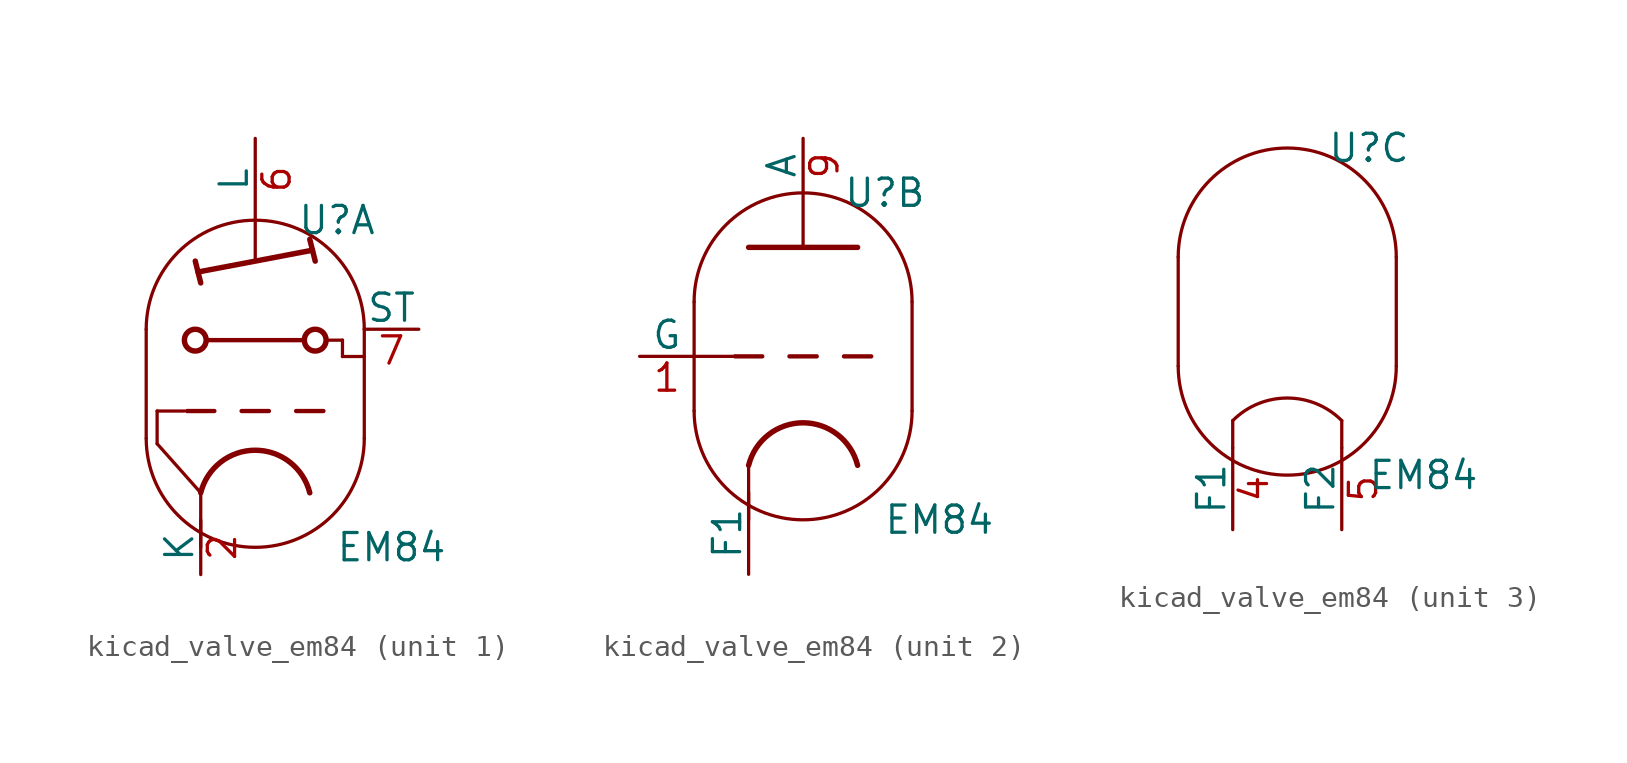
<source format=kicad_sym>
(kicad_symbol_lib
  (version 20220914)
  (generator kicad_symbol_editor)
  (symbol "kicad_valve_em84"
    (pin_names
      (offset 0))
    (property "Reference" "U"
      (at 3.81 7.62 0)
      (effects (font (size 1.27 1.27))))
    (property "Value" "EM84"
      (at 6.35 -7.62 0)
      (effects (font (size 1.27 1.27))))
    (property "ki_locked" ""
      (at 0 0 0)
      (effects (font (size 1.27 1.27))))
    (symbol "kicad_valve_em84_0_1"
      (arc (start -5.08 -2.54) (mid 0 -7.5979) (end 5.08 -2.54) (stroke (width 0) (type default)) (fill (type none)))
      (polyline (pts (xy 5.08 2.54) (xy 5.08 -2.54)) (stroke (width 0) (type default)) (fill (type none)))
      (polyline (pts (xy -5.08 2.54) (xy -5.08 -2.54) (xy -5.08 -2.54)) (stroke (width 0) (type default)) (fill (type none)))
      (arc (start 5.08 2.54) (mid 0 7.5979) (end -5.08 2.54) (stroke (width 0) (type default)) (fill (type none))))
    (symbol "kicad_valve_em84_1_0"
      (polyline (pts (xy -2.54 -5.08) (xy -2.54 -7.62)) (stroke (width 0) (type default)) (fill (type none))))
    (symbol "kicad_valve_em84_1_1"
      (circle (center -2.794 2.032) (radius 0.508) (stroke (width 0.254) (type default)) (fill (type none)))
      (polyline (pts (xy -4.572 -2.794) (xy -2.54 -5.08)) (stroke (width 0) (type default)) (fill (type none)))
      (polyline (pts (xy -4.572 -1.27) (xy -4.572 -2.794)) (stroke (width 0) (type default)) (fill (type none)))
      (polyline (pts (xy -3.302 -1.27) (xy -4.572 -1.27)) (stroke (width 0) (type default)) (fill (type none)))
      (polyline (pts (xy -2.794 5.715) (xy -2.54 4.699)) (stroke (width 0.254) (type default)) (fill (type none)))
      (polyline (pts (xy -2.286 2.032) (xy 2.286 2.032)) (stroke (width 0.203) (type default)) (fill (type none)))
      (polyline (pts (xy -1.905 -1.27) (xy -3.175 -1.27)) (stroke (width 0.203) (type default)) (fill (type none)))
      (polyline (pts (xy -0.635 -1.27) (xy 0.635 -1.27)) (stroke (width 0.203) (type default)) (fill (type none)))
      (polyline (pts (xy 1.905 -1.27) (xy 3.175 -1.27)) (stroke (width 0.203) (type default)) (fill (type none)))
      (polyline (pts (xy 2.54 6.731) (xy 2.794 5.715)) (stroke (width 0.254) (type default)) (fill (type none)))
      (polyline (pts (xy 3.302 2.032) (xy 4.064 2.032)) (stroke (width 0) (type default)) (fill (type none)))
      (polyline (pts (xy 4.064 1.27) (xy 5.08 1.27)) (stroke (width 0) (type default)) (fill (type none)))
      (polyline (pts (xy 4.064 2.032) (xy 4.064 1.27)) (stroke (width 0) (type default)) (fill (type none)))
      (polyline (pts (xy -2.667 5.207) (xy 2.667 6.223) (xy 2.667 6.223)) (stroke (width 0.254) (type default)) (fill (type none)))
      (polyline (pts (xy 0 7.62) (xy 0 5.715) (xy 0 5.715)) (stroke (width 0) (type default)) (fill (type none)))
      (arc (start 2.54 -5.08) (mid 0 -3.0968) (end -2.54 -5.08) (stroke (width 0.254) (type default)) (fill (type none)))
      (circle (center 2.794 2.032) (radius 0.508) (stroke (width 0.254) (type default)) (fill (type none)))
      (pin bidirectional line (at -2.54 -8.89 90) (length 2.54) (name "K" (effects (font (size 1.27 1.27)))) (number "2" (effects (font (size 1.27 1.27)))))
      (pin output line (at 0 11.43 270) (length 3.81) (name "L" (effects (font (size 1.27 1.27)))) (number "6" (effects (font (size 1.27 1.27)))))
      (pin input line (at 7.62 2.54 180) (length 2.54) (name "ST" (effects (font (size 1.27 1.27)))) (number "7" (effects (font (size 1.27 1.27))))))
    (symbol "kicad_valve_em84_2_0"
      (polyline (pts (xy -2.54 -5.08) (xy -2.54 -7.62)) (stroke (width 0) (type default)) (fill (type none)))
      (polyline (pts (xy -0.635 0) (xy 0.635 0)) (stroke (width 0.203) (type default)) (fill (type none)))
      (polyline (pts (xy 1.905 0) (xy 3.175 0)) (stroke (width 0.203) (type default)) (fill (type none))))
    (symbol "kicad_valve_em84_2_1"
      (polyline (pts (xy -5.08 0) (xy -3.175 0)) (stroke (width 0) (type default)) (fill (type none)))
      (polyline (pts (xy -1.905 0) (xy -3.175 0)) (stroke (width 0.203) (type default)) (fill (type none)))
      (polyline (pts (xy 0 5.08) (xy 0 7.62)) (stroke (width 0) (type default)) (fill (type none)))
      (polyline (pts (xy 1.778 5.08) (xy 1.778 5.08)) (stroke (width 0) (type default)) (fill (type none)))
      (polyline (pts (xy -2.54 5.08) (xy 2.54 5.08) (xy 2.54 5.08)) (stroke (width 0.254) (type default)) (fill (type none)))
      (arc (start 2.54 -5.08) (mid 0 -3.0968) (end -2.54 -5.08) (stroke (width 0.254) (type default)) (fill (type none)))
      (pin input line (at -7.62 0 0) (length 2.54) (name "G" (effects (font (size 1.27 1.27)))) (number "1" (effects (font (size 1.27 1.27)))))
      (pin output line (at 0 10.16 270) (length 2.54) (name "A" (effects (font (size 1.27 1.27)))) (number "9" (effects (font (size 1.27 1.27)))))
      (pin power_in line (at -2.54 -10.16 90) (length 3.81) (name "F1" (effects (font (size 1.27 1.27)))) (number "~" (effects (font (size 1.27 1.27))))))
    (symbol "kicad_valve_em84_3_1"
      (polyline (pts (xy -2.54 -5.08) (xy -2.54 -6.35) (xy -2.54 -6.35)) (stroke (width 0) (type default)) (fill (type none)))
      (polyline (pts (xy 2.54 -5.08) (xy 2.54 -6.35) (xy 2.54 -6.35)) (stroke (width 0) (type default)) (fill (type none)))
      (arc (start 2.54 -5.08) (mid 0 -4.0279) (end -2.54 -5.08) (stroke (width 0) (type default)) (fill (type none)))
      (pin power_in line (at -2.54 -10.16 90) (length 3.81) (name "F1" (effects (font (size 1.27 1.27)))) (number "4" (effects (font (size 1.27 1.27)))))
      (pin power_in line (at 2.54 -10.16 90) (length 3.81) (name "F2" (effects (font (size 1.27 1.27)))) (number "5" (effects (font (size 1.27 1.27))))))))
</source>
